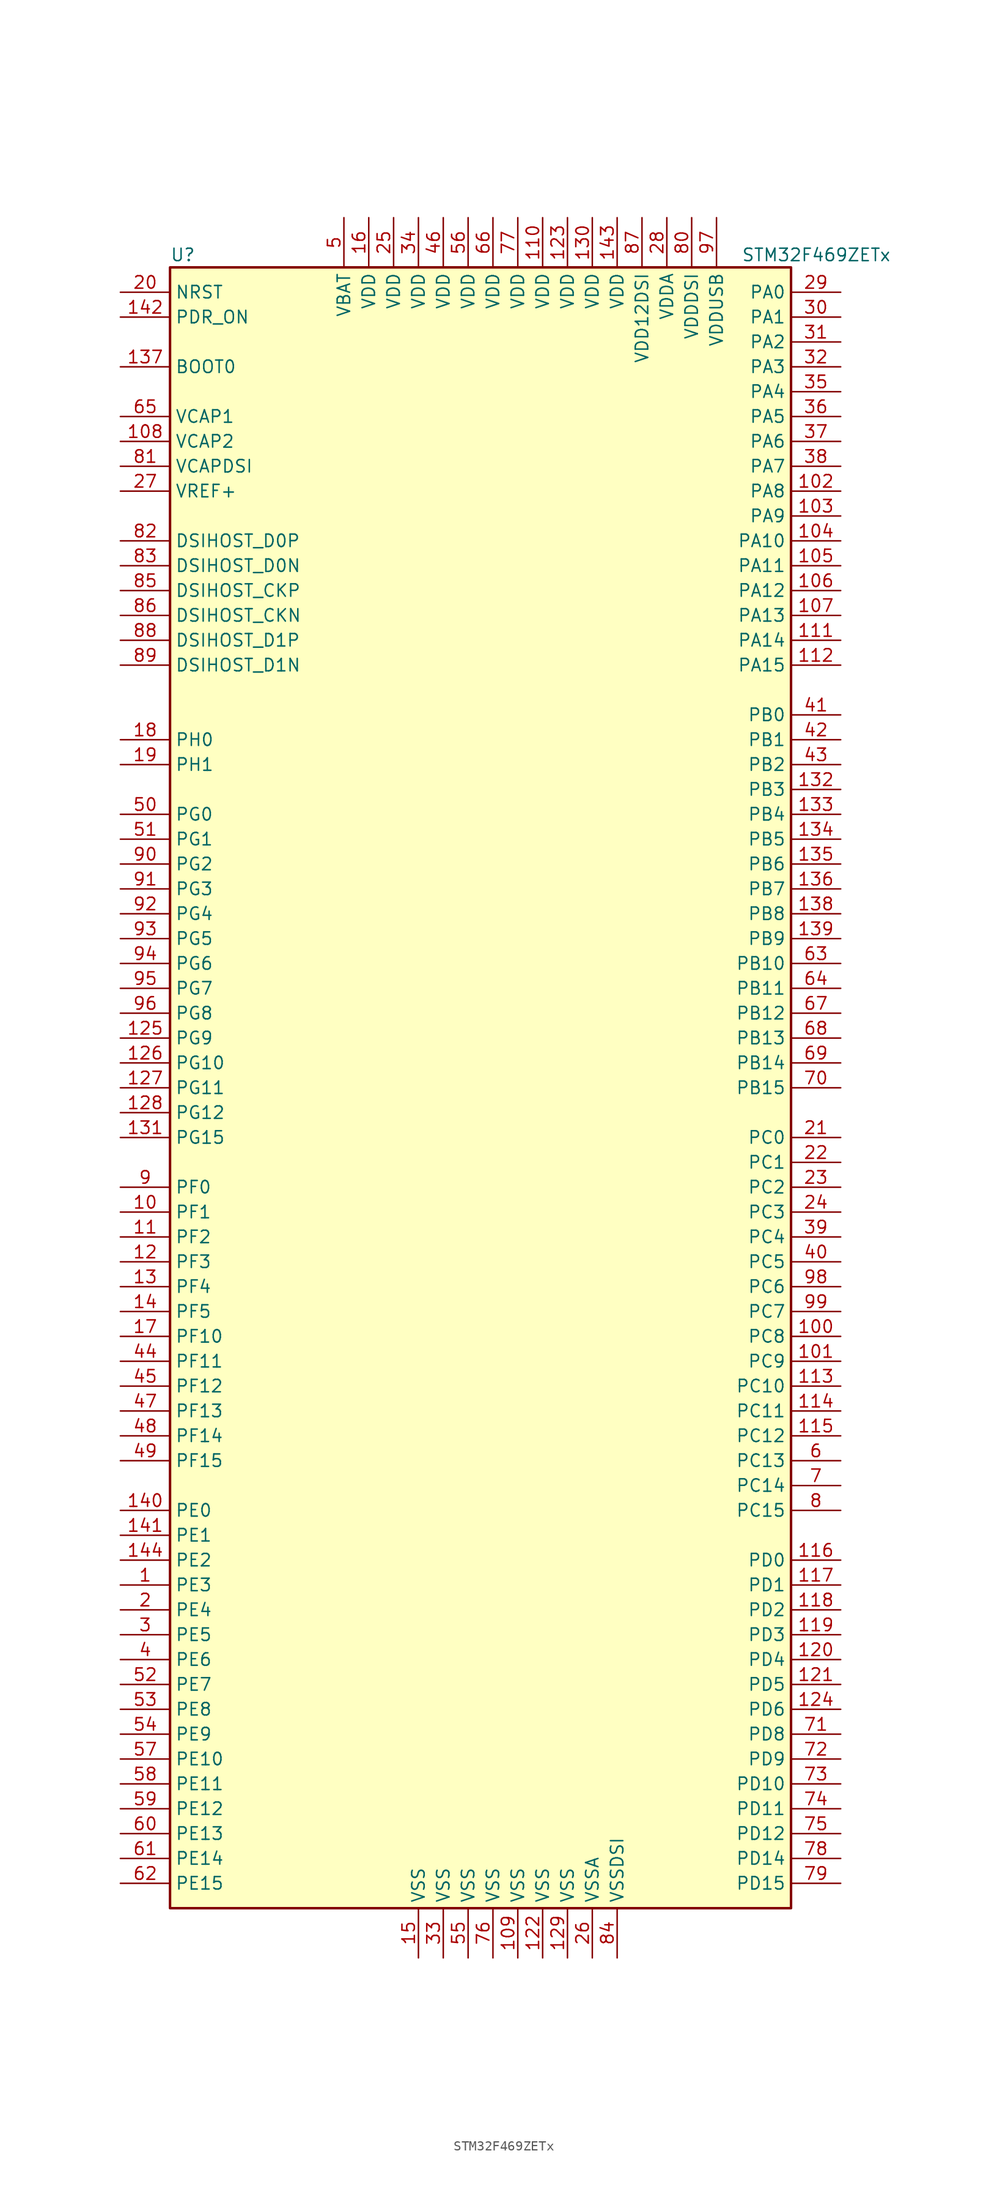
<source format=kicad_sym>
(kicad_symbol_lib
  (version 20201005)
  (generator kicad_symbol_editor)
  (symbol "STM32F469ZETx"
    (property "Reference" "U"
      (at -33.02 85.09 0)
      (effects (font (size 1.27 1.27)) (justify left)))
    (property "Value" "STM32F469ZETx"
      (at 25.4 85.09 0)
      (effects (font (size 1.27 1.27)) (justify left)))
    (symbol "STM32F469ZETx_0_1"
      (rectangle (start -33.02 -83.82) (end 30.48 83.82) (stroke (width 0.254)) (fill (type background))))
    (symbol "STM32F469ZETx_1_1"
      (pin bidirectional line (at -38.1 -50.8 0) (length 5.08) (name "PE3" (effects (font (size 1.27 1.27)))) (number "1" (effects (font (size 1.27 1.27)))))
      (pin bidirectional line (at -38.1 -12.7 0) (length 5.08) (name "PF1" (effects (font (size 1.27 1.27)))) (number "10" (effects (font (size 1.27 1.27)))))
      (pin bidirectional line (at 35.56 -25.4 180) (length 5.08) (name "PC8" (effects (font (size 1.27 1.27)))) (number "100" (effects (font (size 1.27 1.27)))))
      (pin bidirectional line (at 35.56 -27.94 180) (length 5.08) (name "PC9" (effects (font (size 1.27 1.27)))) (number "101" (effects (font (size 1.27 1.27)))))
      (pin bidirectional line (at 35.56 60.96 180) (length 5.08) (name "PA8" (effects (font (size 1.27 1.27)))) (number "102" (effects (font (size 1.27 1.27)))))
      (pin bidirectional line (at 35.56 58.42 180) (length 5.08) (name "PA9" (effects (font (size 1.27 1.27)))) (number "103" (effects (font (size 1.27 1.27)))))
      (pin bidirectional line (at 35.56 55.88 180) (length 5.08) (name "PA10" (effects (font (size 1.27 1.27)))) (number "104" (effects (font (size 1.27 1.27)))))
      (pin bidirectional line (at 35.56 53.34 180) (length 5.08) (name "PA11" (effects (font (size 1.27 1.27)))) (number "105" (effects (font (size 1.27 1.27)))))
      (pin bidirectional line (at 35.56 50.8 180) (length 5.08) (name "PA12" (effects (font (size 1.27 1.27)))) (number "106" (effects (font (size 1.27 1.27)))))
      (pin bidirectional line (at 35.56 48.26 180) (length 5.08) (name "PA13" (effects (font (size 1.27 1.27)))) (number "107" (effects (font (size 1.27 1.27)))))
      (pin power_in line (at -38.1 66.04 0) (length 5.08) (name "VCAP2" (effects (font (size 1.27 1.27)))) (number "108" (effects (font (size 1.27 1.27)))))
      (pin power_in line (at 2.54 -88.9 90) (length 5.08) (name "VSS" (effects (font (size 1.27 1.27)))) (number "109" (effects (font (size 1.27 1.27)))))
      (pin bidirectional line (at -38.1 -15.24 0) (length 5.08) (name "PF2" (effects (font (size 1.27 1.27)))) (number "11" (effects (font (size 1.27 1.27)))))
      (pin power_in line (at 5.08 88.9 270) (length 5.08) (name "VDD" (effects (font (size 1.27 1.27)))) (number "110" (effects (font (size 1.27 1.27)))))
      (pin bidirectional line (at 35.56 45.72 180) (length 5.08) (name "PA14" (effects (font (size 1.27 1.27)))) (number "111" (effects (font (size 1.27 1.27)))))
      (pin bidirectional line (at 35.56 43.18 180) (length 5.08) (name "PA15" (effects (font (size 1.27 1.27)))) (number "112" (effects (font (size 1.27 1.27)))))
      (pin bidirectional line (at 35.56 -30.48 180) (length 5.08) (name "PC10" (effects (font (size 1.27 1.27)))) (number "113" (effects (font (size 1.27 1.27)))))
      (pin bidirectional line (at 35.56 -33.02 180) (length 5.08) (name "PC11" (effects (font (size 1.27 1.27)))) (number "114" (effects (font (size 1.27 1.27)))))
      (pin bidirectional line (at 35.56 -35.56 180) (length 5.08) (name "PC12" (effects (font (size 1.27 1.27)))) (number "115" (effects (font (size 1.27 1.27)))))
      (pin bidirectional line (at 35.56 -48.26 180) (length 5.08) (name "PD0" (effects (font (size 1.27 1.27)))) (number "116" (effects (font (size 1.27 1.27)))))
      (pin bidirectional line (at 35.56 -50.8 180) (length 5.08) (name "PD1" (effects (font (size 1.27 1.27)))) (number "117" (effects (font (size 1.27 1.27)))))
      (pin bidirectional line (at 35.56 -53.34 180) (length 5.08) (name "PD2" (effects (font (size 1.27 1.27)))) (number "118" (effects (font (size 1.27 1.27)))))
      (pin bidirectional line (at 35.56 -55.88 180) (length 5.08) (name "PD3" (effects (font (size 1.27 1.27)))) (number "119" (effects (font (size 1.27 1.27)))))
      (pin bidirectional line (at -38.1 -17.78 0) (length 5.08) (name "PF3" (effects (font (size 1.27 1.27)))) (number "12" (effects (font (size 1.27 1.27)))))
      (pin bidirectional line (at 35.56 -58.42 180) (length 5.08) (name "PD4" (effects (font (size 1.27 1.27)))) (number "120" (effects (font (size 1.27 1.27)))))
      (pin bidirectional line (at 35.56 -60.96 180) (length 5.08) (name "PD5" (effects (font (size 1.27 1.27)))) (number "121" (effects (font (size 1.27 1.27)))))
      (pin power_in line (at 5.08 -88.9 90) (length 5.08) (name "VSS" (effects (font (size 1.27 1.27)))) (number "122" (effects (font (size 1.27 1.27)))))
      (pin power_in line (at 7.62 88.9 270) (length 5.08) (name "VDD" (effects (font (size 1.27 1.27)))) (number "123" (effects (font (size 1.27 1.27)))))
      (pin bidirectional line (at 35.56 -63.5 180) (length 5.08) (name "PD6" (effects (font (size 1.27 1.27)))) (number "124" (effects (font (size 1.27 1.27)))))
      (pin bidirectional line (at -38.1 5.08 0) (length 5.08) (name "PG9" (effects (font (size 1.27 1.27)))) (number "125" (effects (font (size 1.27 1.27)))))
      (pin bidirectional line (at -38.1 2.54 0) (length 5.08) (name "PG10" (effects (font (size 1.27 1.27)))) (number "126" (effects (font (size 1.27 1.27)))))
      (pin bidirectional line (at -38.1 0 0) (length 5.08) (name "PG11" (effects (font (size 1.27 1.27)))) (number "127" (effects (font (size 1.27 1.27)))))
      (pin bidirectional line (at -38.1 -2.54 0) (length 5.08) (name "PG12" (effects (font (size 1.27 1.27)))) (number "128" (effects (font (size 1.27 1.27)))))
      (pin power_in line (at 7.62 -88.9 90) (length 5.08) (name "VSS" (effects (font (size 1.27 1.27)))) (number "129" (effects (font (size 1.27 1.27)))))
      (pin bidirectional line (at -38.1 -20.32 0) (length 5.08) (name "PF4" (effects (font (size 1.27 1.27)))) (number "13" (effects (font (size 1.27 1.27)))))
      (pin power_in line (at 10.16 88.9 270) (length 5.08) (name "VDD" (effects (font (size 1.27 1.27)))) (number "130" (effects (font (size 1.27 1.27)))))
      (pin bidirectional line (at -38.1 -5.08 0) (length 5.08) (name "PG15" (effects (font (size 1.27 1.27)))) (number "131" (effects (font (size 1.27 1.27)))))
      (pin bidirectional line (at 35.56 30.48 180) (length 5.08) (name "PB3" (effects (font (size 1.27 1.27)))) (number "132" (effects (font (size 1.27 1.27)))))
      (pin bidirectional line (at 35.56 27.94 180) (length 5.08) (name "PB4" (effects (font (size 1.27 1.27)))) (number "133" (effects (font (size 1.27 1.27)))))
      (pin bidirectional line (at 35.56 25.4 180) (length 5.08) (name "PB5" (effects (font (size 1.27 1.27)))) (number "134" (effects (font (size 1.27 1.27)))))
      (pin bidirectional line (at 35.56 22.86 180) (length 5.08) (name "PB6" (effects (font (size 1.27 1.27)))) (number "135" (effects (font (size 1.27 1.27)))))
      (pin bidirectional line (at 35.56 20.32 180) (length 5.08) (name "PB7" (effects (font (size 1.27 1.27)))) (number "136" (effects (font (size 1.27 1.27)))))
      (pin input line (at -38.1 73.66 0) (length 5.08) (name "BOOT0" (effects (font (size 1.27 1.27)))) (number "137" (effects (font (size 1.27 1.27)))))
      (pin bidirectional line (at 35.56 17.78 180) (length 5.08) (name "PB8" (effects (font (size 1.27 1.27)))) (number "138" (effects (font (size 1.27 1.27)))))
      (pin bidirectional line (at 35.56 15.24 180) (length 5.08) (name "PB9" (effects (font (size 1.27 1.27)))) (number "139" (effects (font (size 1.27 1.27)))))
      (pin bidirectional line (at -38.1 -22.86 0) (length 5.08) (name "PF5" (effects (font (size 1.27 1.27)))) (number "14" (effects (font (size 1.27 1.27)))))
      (pin bidirectional line (at -38.1 -43.18 0) (length 5.08) (name "PE0" (effects (font (size 1.27 1.27)))) (number "140" (effects (font (size 1.27 1.27)))))
      (pin bidirectional line (at -38.1 -45.72 0) (length 5.08) (name "PE1" (effects (font (size 1.27 1.27)))) (number "141" (effects (font (size 1.27 1.27)))))
      (pin input line (at -38.1 78.74 0) (length 5.08) (name "PDR_ON" (effects (font (size 1.27 1.27)))) (number "142" (effects (font (size 1.27 1.27)))))
      (pin power_in line (at 12.7 88.9 270) (length 5.08) (name "VDD" (effects (font (size 1.27 1.27)))) (number "143" (effects (font (size 1.27 1.27)))))
      (pin bidirectional line (at -38.1 -48.26 0) (length 5.08) (name "PE2" (effects (font (size 1.27 1.27)))) (number "144" (effects (font (size 1.27 1.27)))))
      (pin power_in line (at -7.62 -88.9 90) (length 5.08) (name "VSS" (effects (font (size 1.27 1.27)))) (number "15" (effects (font (size 1.27 1.27)))))
      (pin power_in line (at -12.7 88.9 270) (length 5.08) (name "VDD" (effects (font (size 1.27 1.27)))) (number "16" (effects (font (size 1.27 1.27)))))
      (pin bidirectional line (at -38.1 -25.4 0) (length 5.08) (name "PF10" (effects (font (size 1.27 1.27)))) (number "17" (effects (font (size 1.27 1.27)))))
      (pin input line (at -38.1 35.56 0) (length 5.08) (name "PH0" (effects (font (size 1.27 1.27)))) (number "18" (effects (font (size 1.27 1.27)))))
      (pin input line (at -38.1 33.02 0) (length 5.08) (name "PH1" (effects (font (size 1.27 1.27)))) (number "19" (effects (font (size 1.27 1.27)))))
      (pin bidirectional line (at -38.1 -53.34 0) (length 5.08) (name "PE4" (effects (font (size 1.27 1.27)))) (number "2" (effects (font (size 1.27 1.27)))))
      (pin input line (at -38.1 81.28 0) (length 5.08) (name "NRST" (effects (font (size 1.27 1.27)))) (number "20" (effects (font (size 1.27 1.27)))))
      (pin bidirectional line (at 35.56 -5.08 180) (length 5.08) (name "PC0" (effects (font (size 1.27 1.27)))) (number "21" (effects (font (size 1.27 1.27)))))
      (pin bidirectional line (at 35.56 -7.62 180) (length 5.08) (name "PC1" (effects (font (size 1.27 1.27)))) (number "22" (effects (font (size 1.27 1.27)))))
      (pin bidirectional line (at 35.56 -10.16 180) (length 5.08) (name "PC2" (effects (font (size 1.27 1.27)))) (number "23" (effects (font (size 1.27 1.27)))))
      (pin bidirectional line (at 35.56 -12.7 180) (length 5.08) (name "PC3" (effects (font (size 1.27 1.27)))) (number "24" (effects (font (size 1.27 1.27)))))
      (pin power_in line (at -10.16 88.9 270) (length 5.08) (name "VDD" (effects (font (size 1.27 1.27)))) (number "25" (effects (font (size 1.27 1.27)))))
      (pin power_in line (at 10.16 -88.9 90) (length 5.08) (name "VSSA" (effects (font (size 1.27 1.27)))) (number "26" (effects (font (size 1.27 1.27)))))
      (pin power_in line (at -38.1 60.96 0) (length 5.08) (name "VREF+" (effects (font (size 1.27 1.27)))) (number "27" (effects (font (size 1.27 1.27)))))
      (pin power_in line (at 17.78 88.9 270) (length 5.08) (name "VDDA" (effects (font (size 1.27 1.27)))) (number "28" (effects (font (size 1.27 1.27)))))
      (pin bidirectional line (at 35.56 81.28 180) (length 5.08) (name "PA0" (effects (font (size 1.27 1.27)))) (number "29" (effects (font (size 1.27 1.27)))))
      (pin bidirectional line (at -38.1 -55.88 0) (length 5.08) (name "PE5" (effects (font (size 1.27 1.27)))) (number "3" (effects (font (size 1.27 1.27)))))
      (pin bidirectional line (at 35.56 78.74 180) (length 5.08) (name "PA1" (effects (font (size 1.27 1.27)))) (number "30" (effects (font (size 1.27 1.27)))))
      (pin bidirectional line (at 35.56 76.2 180) (length 5.08) (name "PA2" (effects (font (size 1.27 1.27)))) (number "31" (effects (font (size 1.27 1.27)))))
      (pin bidirectional line (at 35.56 73.66 180) (length 5.08) (name "PA3" (effects (font (size 1.27 1.27)))) (number "32" (effects (font (size 1.27 1.27)))))
      (pin power_in line (at -5.08 -88.9 90) (length 5.08) (name "VSS" (effects (font (size 1.27 1.27)))) (number "33" (effects (font (size 1.27 1.27)))))
      (pin power_in line (at -7.62 88.9 270) (length 5.08) (name "VDD" (effects (font (size 1.27 1.27)))) (number "34" (effects (font (size 1.27 1.27)))))
      (pin bidirectional line (at 35.56 71.12 180) (length 5.08) (name "PA4" (effects (font (size 1.27 1.27)))) (number "35" (effects (font (size 1.27 1.27)))))
      (pin bidirectional line (at 35.56 68.58 180) (length 5.08) (name "PA5" (effects (font (size 1.27 1.27)))) (number "36" (effects (font (size 1.27 1.27)))))
      (pin bidirectional line (at 35.56 66.04 180) (length 5.08) (name "PA6" (effects (font (size 1.27 1.27)))) (number "37" (effects (font (size 1.27 1.27)))))
      (pin bidirectional line (at 35.56 63.5 180) (length 5.08) (name "PA7" (effects (font (size 1.27 1.27)))) (number "38" (effects (font (size 1.27 1.27)))))
      (pin bidirectional line (at 35.56 -15.24 180) (length 5.08) (name "PC4" (effects (font (size 1.27 1.27)))) (number "39" (effects (font (size 1.27 1.27)))))
      (pin bidirectional line (at -38.1 -58.42 0) (length 5.08) (name "PE6" (effects (font (size 1.27 1.27)))) (number "4" (effects (font (size 1.27 1.27)))))
      (pin bidirectional line (at 35.56 -17.78 180) (length 5.08) (name "PC5" (effects (font (size 1.27 1.27)))) (number "40" (effects (font (size 1.27 1.27)))))
      (pin bidirectional line (at 35.56 38.1 180) (length 5.08) (name "PB0" (effects (font (size 1.27 1.27)))) (number "41" (effects (font (size 1.27 1.27)))))
      (pin bidirectional line (at 35.56 35.56 180) (length 5.08) (name "PB1" (effects (font (size 1.27 1.27)))) (number "42" (effects (font (size 1.27 1.27)))))
      (pin bidirectional line (at 35.56 33.02 180) (length 5.08) (name "PB2" (effects (font (size 1.27 1.27)))) (number "43" (effects (font (size 1.27 1.27)))))
      (pin bidirectional line (at -38.1 -27.94 0) (length 5.08) (name "PF11" (effects (font (size 1.27 1.27)))) (number "44" (effects (font (size 1.27 1.27)))))
      (pin bidirectional line (at -38.1 -30.48 0) (length 5.08) (name "PF12" (effects (font (size 1.27 1.27)))) (number "45" (effects (font (size 1.27 1.27)))))
      (pin power_in line (at -5.08 88.9 270) (length 5.08) (name "VDD" (effects (font (size 1.27 1.27)))) (number "46" (effects (font (size 1.27 1.27)))))
      (pin bidirectional line (at -38.1 -33.02 0) (length 5.08) (name "PF13" (effects (font (size 1.27 1.27)))) (number "47" (effects (font (size 1.27 1.27)))))
      (pin bidirectional line (at -38.1 -35.56 0) (length 5.08) (name "PF14" (effects (font (size 1.27 1.27)))) (number "48" (effects (font (size 1.27 1.27)))))
      (pin bidirectional line (at -38.1 -38.1 0) (length 5.08) (name "PF15" (effects (font (size 1.27 1.27)))) (number "49" (effects (font (size 1.27 1.27)))))
      (pin power_in line (at -15.24 88.9 270) (length 5.08) (name "VBAT" (effects (font (size 1.27 1.27)))) (number "5" (effects (font (size 1.27 1.27)))))
      (pin bidirectional line (at -38.1 27.94 0) (length 5.08) (name "PG0" (effects (font (size 1.27 1.27)))) (number "50" (effects (font (size 1.27 1.27)))))
      (pin bidirectional line (at -38.1 25.4 0) (length 5.08) (name "PG1" (effects (font (size 1.27 1.27)))) (number "51" (effects (font (size 1.27 1.27)))))
      (pin bidirectional line (at -38.1 -60.96 0) (length 5.08) (name "PE7" (effects (font (size 1.27 1.27)))) (number "52" (effects (font (size 1.27 1.27)))))
      (pin bidirectional line (at -38.1 -63.5 0) (length 5.08) (name "PE8" (effects (font (size 1.27 1.27)))) (number "53" (effects (font (size 1.27 1.27)))))
      (pin bidirectional line (at -38.1 -66.04 0) (length 5.08) (name "PE9" (effects (font (size 1.27 1.27)))) (number "54" (effects (font (size 1.27 1.27)))))
      (pin power_in line (at -2.54 -88.9 90) (length 5.08) (name "VSS" (effects (font (size 1.27 1.27)))) (number "55" (effects (font (size 1.27 1.27)))))
      (pin power_in line (at -2.54 88.9 270) (length 5.08) (name "VDD" (effects (font (size 1.27 1.27)))) (number "56" (effects (font (size 1.27 1.27)))))
      (pin bidirectional line (at -38.1 -68.58 0) (length 5.08) (name "PE10" (effects (font (size 1.27 1.27)))) (number "57" (effects (font (size 1.27 1.27)))))
      (pin bidirectional line (at -38.1 -71.12 0) (length 5.08) (name "PE11" (effects (font (size 1.27 1.27)))) (number "58" (effects (font (size 1.27 1.27)))))
      (pin bidirectional line (at -38.1 -73.66 0) (length 5.08) (name "PE12" (effects (font (size 1.27 1.27)))) (number "59" (effects (font (size 1.27 1.27)))))
      (pin bidirectional line (at 35.56 -38.1 180) (length 5.08) (name "PC13" (effects (font (size 1.27 1.27)))) (number "6" (effects (font (size 1.27 1.27)))))
      (pin bidirectional line (at -38.1 -76.2 0) (length 5.08) (name "PE13" (effects (font (size 1.27 1.27)))) (number "60" (effects (font (size 1.27 1.27)))))
      (pin bidirectional line (at -38.1 -78.74 0) (length 5.08) (name "PE14" (effects (font (size 1.27 1.27)))) (number "61" (effects (font (size 1.27 1.27)))))
      (pin bidirectional line (at -38.1 -81.28 0) (length 5.08) (name "PE15" (effects (font (size 1.27 1.27)))) (number "62" (effects (font (size 1.27 1.27)))))
      (pin bidirectional line (at 35.56 12.7 180) (length 5.08) (name "PB10" (effects (font (size 1.27 1.27)))) (number "63" (effects (font (size 1.27 1.27)))))
      (pin bidirectional line (at 35.56 10.16 180) (length 5.08) (name "PB11" (effects (font (size 1.27 1.27)))) (number "64" (effects (font (size 1.27 1.27)))))
      (pin power_in line (at -38.1 68.58 0) (length 5.08) (name "VCAP1" (effects (font (size 1.27 1.27)))) (number "65" (effects (font (size 1.27 1.27)))))
      (pin power_in line (at 0 88.9 270) (length 5.08) (name "VDD" (effects (font (size 1.27 1.27)))) (number "66" (effects (font (size 1.27 1.27)))))
      (pin bidirectional line (at 35.56 7.62 180) (length 5.08) (name "PB12" (effects (font (size 1.27 1.27)))) (number "67" (effects (font (size 1.27 1.27)))))
      (pin bidirectional line (at 35.56 5.08 180) (length 5.08) (name "PB13" (effects (font (size 1.27 1.27)))) (number "68" (effects (font (size 1.27 1.27)))))
      (pin bidirectional line (at 35.56 2.54 180) (length 5.08) (name "PB14" (effects (font (size 1.27 1.27)))) (number "69" (effects (font (size 1.27 1.27)))))
      (pin bidirectional line (at 35.56 -40.64 180) (length 5.08) (name "PC14" (effects (font (size 1.27 1.27)))) (number "7" (effects (font (size 1.27 1.27)))))
      (pin bidirectional line (at 35.56 0 180) (length 5.08) (name "PB15" (effects (font (size 1.27 1.27)))) (number "70" (effects (font (size 1.27 1.27)))))
      (pin bidirectional line (at 35.56 -66.04 180) (length 5.08) (name "PD8" (effects (font (size 1.27 1.27)))) (number "71" (effects (font (size 1.27 1.27)))))
      (pin bidirectional line (at 35.56 -68.58 180) (length 5.08) (name "PD9" (effects (font (size 1.27 1.27)))) (number "72" (effects (font (size 1.27 1.27)))))
      (pin bidirectional line (at 35.56 -71.12 180) (length 5.08) (name "PD10" (effects (font (size 1.27 1.27)))) (number "73" (effects (font (size 1.27 1.27)))))
      (pin bidirectional line (at 35.56 -73.66 180) (length 5.08) (name "PD11" (effects (font (size 1.27 1.27)))) (number "74" (effects (font (size 1.27 1.27)))))
      (pin bidirectional line (at 35.56 -76.2 180) (length 5.08) (name "PD12" (effects (font (size 1.27 1.27)))) (number "75" (effects (font (size 1.27 1.27)))))
      (pin power_in line (at 0 -88.9 90) (length 5.08) (name "VSS" (effects (font (size 1.27 1.27)))) (number "76" (effects (font (size 1.27 1.27)))))
      (pin power_in line (at 2.54 88.9 270) (length 5.08) (name "VDD" (effects (font (size 1.27 1.27)))) (number "77" (effects (font (size 1.27 1.27)))))
      (pin bidirectional line (at 35.56 -78.74 180) (length 5.08) (name "PD14" (effects (font (size 1.27 1.27)))) (number "78" (effects (font (size 1.27 1.27)))))
      (pin bidirectional line (at 35.56 -81.28 180) (length 5.08) (name "PD15" (effects (font (size 1.27 1.27)))) (number "79" (effects (font (size 1.27 1.27)))))
      (pin bidirectional line (at 35.56 -43.18 180) (length 5.08) (name "PC15" (effects (font (size 1.27 1.27)))) (number "8" (effects (font (size 1.27 1.27)))))
      (pin power_in line (at 20.32 88.9 270) (length 5.08) (name "VDDDSI" (effects (font (size 1.27 1.27)))) (number "80" (effects (font (size 1.27 1.27)))))
      (pin power_in line (at -38.1 63.5 0) (length 5.08) (name "VCAPDSI" (effects (font (size 1.27 1.27)))) (number "81" (effects (font (size 1.27 1.27)))))
      (pin bidirectional line (at -38.1 55.88 0) (length 5.08) (name "DSIHOST_D0P" (effects (font (size 1.27 1.27)))) (number "82" (effects (font (size 1.27 1.27)))))
      (pin bidirectional line (at -38.1 53.34 0) (length 5.08) (name "DSIHOST_D0N" (effects (font (size 1.27 1.27)))) (number "83" (effects (font (size 1.27 1.27)))))
      (pin power_in line (at 12.7 -88.9 90) (length 5.08) (name "VSSDSI" (effects (font (size 1.27 1.27)))) (number "84" (effects (font (size 1.27 1.27)))))
      (pin bidirectional line (at -38.1 50.8 0) (length 5.08) (name "DSIHOST_CKP" (effects (font (size 1.27 1.27)))) (number "85" (effects (font (size 1.27 1.27)))))
      (pin bidirectional line (at -38.1 48.26 0) (length 5.08) (name "DSIHOST_CKN" (effects (font (size 1.27 1.27)))) (number "86" (effects (font (size 1.27 1.27)))))
      (pin power_in line (at 15.24 88.9 270) (length 5.08) (name "VDD12DSI" (effects (font (size 1.27 1.27)))) (number "87" (effects (font (size 1.27 1.27)))))
      (pin bidirectional line (at -38.1 45.72 0) (length 5.08) (name "DSIHOST_D1P" (effects (font (size 1.27 1.27)))) (number "88" (effects (font (size 1.27 1.27)))))
      (pin bidirectional line (at -38.1 43.18 0) (length 5.08) (name "DSIHOST_D1N" (effects (font (size 1.27 1.27)))) (number "89" (effects (font (size 1.27 1.27)))))
      (pin bidirectional line (at -38.1 -10.16 0) (length 5.08) (name "PF0" (effects (font (size 1.27 1.27)))) (number "9" (effects (font (size 1.27 1.27)))))
      (pin bidirectional line (at -38.1 22.86 0) (length 5.08) (name "PG2" (effects (font (size 1.27 1.27)))) (number "90" (effects (font (size 1.27 1.27)))))
      (pin bidirectional line (at -38.1 20.32 0) (length 5.08) (name "PG3" (effects (font (size 1.27 1.27)))) (number "91" (effects (font (size 1.27 1.27)))))
      (pin bidirectional line (at -38.1 17.78 0) (length 5.08) (name "PG4" (effects (font (size 1.27 1.27)))) (number "92" (effects (font (size 1.27 1.27)))))
      (pin bidirectional line (at -38.1 15.24 0) (length 5.08) (name "PG5" (effects (font (size 1.27 1.27)))) (number "93" (effects (font (size 1.27 1.27)))))
      (pin bidirectional line (at -38.1 12.7 0) (length 5.08) (name "PG6" (effects (font (size 1.27 1.27)))) (number "94" (effects (font (size 1.27 1.27)))))
      (pin bidirectional line (at -38.1 10.16 0) (length 5.08) (name "PG7" (effects (font (size 1.27 1.27)))) (number "95" (effects (font (size 1.27 1.27)))))
      (pin bidirectional line (at -38.1 7.62 0) (length 5.08) (name "PG8" (effects (font (size 1.27 1.27)))) (number "96" (effects (font (size 1.27 1.27)))))
      (pin power_in line (at 22.86 88.9 270) (length 5.08) (name "VDDUSB" (effects (font (size 1.27 1.27)))) (number "97" (effects (font (size 1.27 1.27)))))
      (pin bidirectional line (at 35.56 -20.32 180) (length 5.08) (name "PC6" (effects (font (size 1.27 1.27)))) (number "98" (effects (font (size 1.27 1.27)))))
      (pin bidirectional line (at 35.56 -22.86 180) (length 5.08) (name "PC7" (effects (font (size 1.27 1.27)))) (number "99" (effects (font (size 1.27 1.27))))))))
</source>
